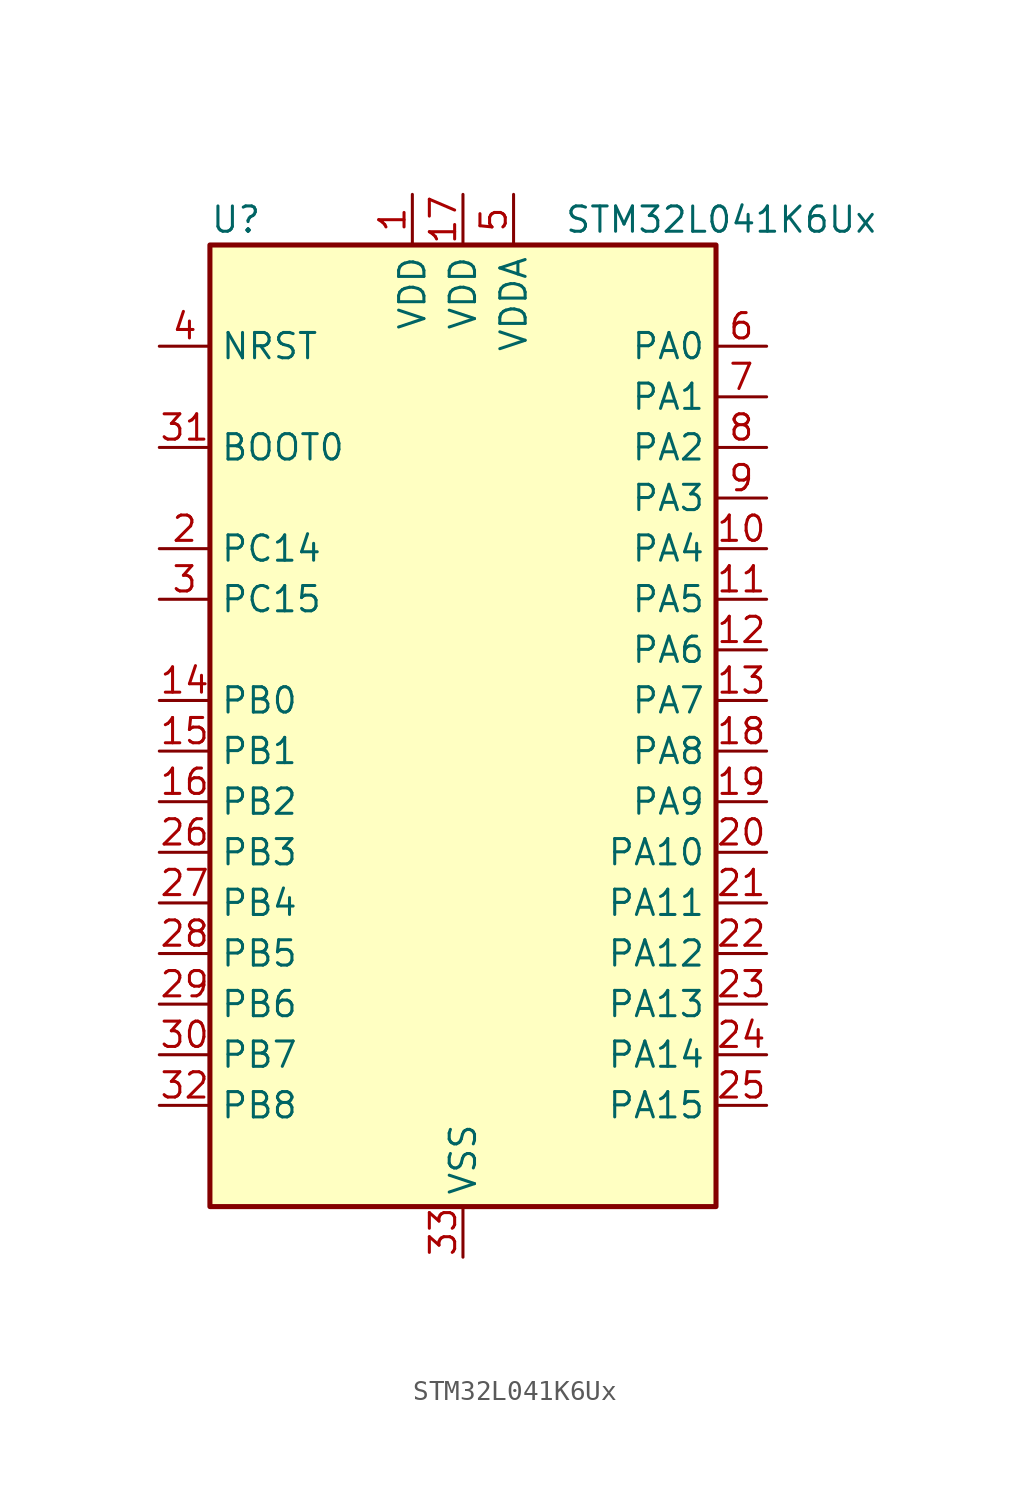
<source format=kicad_sym>
(kicad_symbol_lib
  (version 20241209)
  (generator "kicad_symbol_editor")
  (generator_version "9.0")
  (symbol "STM32L041K6Ux"
    (property "Reference" "U"
      (at -12.7 26.67 0)
      (effects (font (size 1.27 1.27)) (justify left)))
    (property "Value" "STM32L041K6Ux"
      (at 5.08 26.67 0)
      (effects (font (size 1.27 1.27)) (justify left)))
    (symbol "STM32L041K6Ux_0_1"
      (rectangle (start -12.7 -22.86) (end 12.7 25.4) (stroke (width 0.254) (type default)) (fill (type background))))
    (symbol "STM32L041K6Ux_1_1"
      (pin input line (at -15.24 20.32 0) (length 2.54) (name "NRST" (effects (font (size 1.27 1.27)))) (number "4" (effects (font (size 1.27 1.27)))))
      (pin input line (at -15.24 15.24 0) (length 2.54) (name "BOOT0" (effects (font (size 1.27 1.27)))) (number "31" (effects (font (size 1.27 1.27)))))
      (pin bidirectional line (at -15.24 10.16 0) (length 2.54) (name "PC14" (effects (font (size 1.27 1.27)))) (number "2" (effects (font (size 1.27 1.27)))) (alternate "RCC_OSC32_IN" bidirectional line))
      (pin bidirectional line (at -15.24 7.62 0) (length 2.54) (name "PC15" (effects (font (size 1.27 1.27)))) (number "3" (effects (font (size 1.27 1.27)))) (alternate "RCC_OSC32_OUT" bidirectional line))
      (pin bidirectional line (at -15.24 2.54 0) (length 2.54) (name "PB0" (effects (font (size 1.27 1.27)))) (number "14" (effects (font (size 1.27 1.27)))) (alternate "ADC_IN8" bidirectional line) (alternate "SPI1_MISO" bidirectional line) (alternate "SYS_VREF_OUT_PB0" bidirectional line) (alternate "TIM2_CH3" bidirectional line) (alternate "USART2_DE" bidirectional line) (alternate "USART2_RTS" bidirectional line))
      (pin bidirectional line (at -15.24 0 0) (length 2.54) (name "PB1" (effects (font (size 1.27 1.27)))) (number "15" (effects (font (size 1.27 1.27)))) (alternate "ADC_IN9" bidirectional line) (alternate "LPUART1_DE" bidirectional line) (alternate "LPUART1_RTS" bidirectional line) (alternate "SPI1_MOSI" bidirectional line) (alternate "SYS_VREF_OUT_PB1" bidirectional line) (alternate "TIM2_CH4" bidirectional line) (alternate "USART2_CK" bidirectional line))
      (pin bidirectional line (at -15.24 -2.54 0) (length 2.54) (name "PB2" (effects (font (size 1.27 1.27)))) (number "16" (effects (font (size 1.27 1.27)))) (alternate "LPTIM1_OUT" bidirectional line))
      (pin bidirectional line (at -15.24 -5.08 0) (length 2.54) (name "PB3" (effects (font (size 1.27 1.27)))) (number "26" (effects (font (size 1.27 1.27)))) (alternate "COMP2_INM" bidirectional line) (alternate "SPI1_SCK" bidirectional line) (alternate "TIM2_CH2" bidirectional line))
      (pin bidirectional line (at -15.24 -7.62 0) (length 2.54) (name "PB4" (effects (font (size 1.27 1.27)))) (number "27" (effects (font (size 1.27 1.27)))) (alternate "COMP2_INP" bidirectional line) (alternate "SPI1_MISO" bidirectional line) (alternate "TIM22_CH1" bidirectional line))
      (pin bidirectional line (at -15.24 -10.16 0) (length 2.54) (name "PB5" (effects (font (size 1.27 1.27)))) (number "28" (effects (font (size 1.27 1.27)))) (alternate "COMP2_INP" bidirectional line) (alternate "I2C1_SMBA" bidirectional line) (alternate "LPTIM1_IN1" bidirectional line) (alternate "SPI1_MOSI" bidirectional line) (alternate "TIM22_CH2" bidirectional line))
      (pin bidirectional line (at -15.24 -12.7 0) (length 2.54) (name "PB6" (effects (font (size 1.27 1.27)))) (number "29" (effects (font (size 1.27 1.27)))) (alternate "COMP2_INP" bidirectional line) (alternate "I2C1_SCL" bidirectional line) (alternate "LPTIM1_ETR" bidirectional line) (alternate "TIM21_CH1" bidirectional line) (alternate "USART2_TX" bidirectional line))
      (pin bidirectional line (at -15.24 -15.24 0) (length 2.54) (name "PB7" (effects (font (size 1.27 1.27)))) (number "30" (effects (font (size 1.27 1.27)))) (alternate "COMP2_INP" bidirectional line) (alternate "I2C1_SDA" bidirectional line) (alternate "LPTIM1_IN2" bidirectional line) (alternate "SYS_PVD_IN" bidirectional line) (alternate "USART2_RX" bidirectional line))
      (pin bidirectional line (at -15.24 -17.78 0) (length 2.54) (name "PB8" (effects (font (size 1.27 1.27)))) (number "32" (effects (font (size 1.27 1.27)))) (alternate "I2C1_SCL" bidirectional line))
      (pin power_in line (at -2.54 27.94 270) (length 2.54) (name "VDD" (effects (font (size 1.27 1.27)))) (number "1" (effects (font (size 1.27 1.27)))))
      (pin power_in line (at 0 27.94 270) (length 2.54) (name "VDD" (effects (font (size 1.27 1.27)))) (number "17" (effects (font (size 1.27 1.27)))))
      (pin power_in line (at 0 -25.4 90) (length 2.54) (name "VSS" (effects (font (size 1.27 1.27)))) (number "33" (effects (font (size 1.27 1.27)))))
      (pin power_in line (at 2.54 27.94 270) (length 2.54) (name "VDDA" (effects (font (size 1.27 1.27)))) (number "5" (effects (font (size 1.27 1.27)))))
      (pin bidirectional line (at 15.24 20.32 180) (length 2.54) (name "PA0" (effects (font (size 1.27 1.27)))) (number "6" (effects (font (size 1.27 1.27)))) (alternate "ADC_IN0" bidirectional line) (alternate "COMP1_INM" bidirectional line) (alternate "COMP1_OUT" bidirectional line) (alternate "LPTIM1_IN1" bidirectional line) (alternate "RCC_CK_IN" bidirectional line) (alternate "RTC_TAMP2" bidirectional line) (alternate "SYS_WKUP1" bidirectional line) (alternate "TIM2_CH1" bidirectional line) (alternate "TIM2_ETR" bidirectional line) (alternate "USART2_CTS" bidirectional line))
      (pin bidirectional line (at 15.24 17.78 180) (length 2.54) (name "PA1" (effects (font (size 1.27 1.27)))) (number "7" (effects (font (size 1.27 1.27)))) (alternate "ADC_IN1" bidirectional line) (alternate "COMP1_INP" bidirectional line) (alternate "I2C1_SMBA" bidirectional line) (alternate "LPTIM1_IN2" bidirectional line) (alternate "TIM21_ETR" bidirectional line) (alternate "TIM2_CH2" bidirectional line) (alternate "USART2_DE" bidirectional line) (alternate "USART2_RTS" bidirectional line))
      (pin bidirectional line (at 15.24 15.24 180) (length 2.54) (name "PA2" (effects (font (size 1.27 1.27)))) (number "8" (effects (font (size 1.27 1.27)))) (alternate "ADC_IN2" bidirectional line) (alternate "COMP2_INM" bidirectional line) (alternate "COMP2_OUT" bidirectional line) (alternate "LPUART1_TX" bidirectional line) (alternate "RTC_OUT_ALARM" bidirectional line) (alternate "RTC_OUT_CALIB" bidirectional line) (alternate "RTC_TAMP3" bidirectional line) (alternate "RTC_TS" bidirectional line) (alternate "SYS_WKUP3" bidirectional line) (alternate "TIM21_CH1" bidirectional line) (alternate "TIM2_CH3" bidirectional line) (alternate "USART2_TX" bidirectional line))
      (pin bidirectional line (at 15.24 12.7 180) (length 2.54) (name "PA3" (effects (font (size 1.27 1.27)))) (number "9" (effects (font (size 1.27 1.27)))) (alternate "ADC_IN3" bidirectional line) (alternate "COMP2_INP" bidirectional line) (alternate "LPUART1_RX" bidirectional line) (alternate "TIM21_CH2" bidirectional line) (alternate "TIM2_CH4" bidirectional line) (alternate "USART2_RX" bidirectional line))
      (pin bidirectional line (at 15.24 10.16 180) (length 2.54) (name "PA4" (effects (font (size 1.27 1.27)))) (number "10" (effects (font (size 1.27 1.27)))) (alternate "ADC_IN4" bidirectional line) (alternate "COMP1_INM" bidirectional line) (alternate "COMP2_INM" bidirectional line) (alternate "LPTIM1_IN1" bidirectional line) (alternate "SPI1_NSS" bidirectional line) (alternate "TIM22_ETR" bidirectional line) (alternate "USART2_CK" bidirectional line))
      (pin bidirectional line (at 15.24 7.62 180) (length 2.54) (name "PA5" (effects (font (size 1.27 1.27)))) (number "11" (effects (font (size 1.27 1.27)))) (alternate "ADC_IN5" bidirectional line) (alternate "COMP1_INM" bidirectional line) (alternate "COMP2_INM" bidirectional line) (alternate "LPTIM1_IN2" bidirectional line) (alternate "SPI1_SCK" bidirectional line) (alternate "TIM2_CH1" bidirectional line) (alternate "TIM2_ETR" bidirectional line))
      (pin bidirectional line (at 15.24 5.08 180) (length 2.54) (name "PA6" (effects (font (size 1.27 1.27)))) (number "12" (effects (font (size 1.27 1.27)))) (alternate "ADC_IN6" bidirectional line) (alternate "COMP1_OUT" bidirectional line) (alternate "LPTIM1_ETR" bidirectional line) (alternate "LPUART1_CTS" bidirectional line) (alternate "SPI1_MISO" bidirectional line) (alternate "TIM22_CH1" bidirectional line))
      (pin bidirectional line (at 15.24 2.54 180) (length 2.54) (name "PA7" (effects (font (size 1.27 1.27)))) (number "13" (effects (font (size 1.27 1.27)))) (alternate "ADC_IN7" bidirectional line) (alternate "COMP2_OUT" bidirectional line) (alternate "LPTIM1_OUT" bidirectional line) (alternate "SPI1_MOSI" bidirectional line) (alternate "TIM22_CH2" bidirectional line) (alternate "USART2_CTS" bidirectional line))
      (pin bidirectional line (at 15.24 0 180) (length 2.54) (name "PA8" (effects (font (size 1.27 1.27)))) (number "18" (effects (font (size 1.27 1.27)))) (alternate "LPTIM1_IN1" bidirectional line) (alternate "RCC_MCO" bidirectional line) (alternate "TIM2_CH1" bidirectional line) (alternate "USART2_CK" bidirectional line))
      (pin bidirectional line (at 15.24 -2.54 180) (length 2.54) (name "PA9" (effects (font (size 1.27 1.27)))) (number "19" (effects (font (size 1.27 1.27)))) (alternate "I2C1_SCL" bidirectional line) (alternate "RCC_MCO" bidirectional line) (alternate "TIM22_CH1" bidirectional line) (alternate "USART2_TX" bidirectional line))
      (pin bidirectional line (at 15.24 -5.08 180) (length 2.54) (name "PA10" (effects (font (size 1.27 1.27)))) (number "20" (effects (font (size 1.27 1.27)))) (alternate "I2C1_SDA" bidirectional line) (alternate "TIM22_CH2" bidirectional line) (alternate "USART2_RX" bidirectional line))
      (pin bidirectional line (at 15.24 -7.62 180) (length 2.54) (name "PA11" (effects (font (size 1.27 1.27)))) (number "21" (effects (font (size 1.27 1.27)))) (alternate "ADC_EXTI11" bidirectional line) (alternate "COMP1_OUT" bidirectional line) (alternate "SPI1_MISO" bidirectional line) (alternate "TIM21_CH2" bidirectional line) (alternate "USART2_CTS" bidirectional line))
      (pin bidirectional line (at 15.24 -10.16 180) (length 2.54) (name "PA12" (effects (font (size 1.27 1.27)))) (number "22" (effects (font (size 1.27 1.27)))) (alternate "COMP2_OUT" bidirectional line) (alternate "SPI1_MOSI" bidirectional line) (alternate "USART2_DE" bidirectional line) (alternate "USART2_RTS" bidirectional line))
      (pin bidirectional line (at 15.24 -12.7 180) (length 2.54) (name "PA13" (effects (font (size 1.27 1.27)))) (number "23" (effects (font (size 1.27 1.27)))) (alternate "LPTIM1_ETR" bidirectional line) (alternate "LPUART1_RX" bidirectional line) (alternate "SYS_SWDIO" bidirectional line))
      (pin bidirectional line (at 15.24 -15.24 180) (length 2.54) (name "PA14" (effects (font (size 1.27 1.27)))) (number "24" (effects (font (size 1.27 1.27)))) (alternate "I2C1_SMBA" bidirectional line) (alternate "LPTIM1_OUT" bidirectional line) (alternate "LPUART1_TX" bidirectional line) (alternate "SYS_SWCLK" bidirectional line) (alternate "USART2_TX" bidirectional line))
      (pin bidirectional line (at 15.24 -17.78 180) (length 2.54) (name "PA15" (effects (font (size 1.27 1.27)))) (number "25" (effects (font (size 1.27 1.27)))) (alternate "SPI1_NSS" bidirectional line) (alternate "TIM2_CH1" bidirectional line) (alternate "TIM2_ETR" bidirectional line) (alternate "USART2_RX" bidirectional line)))))
</source>
